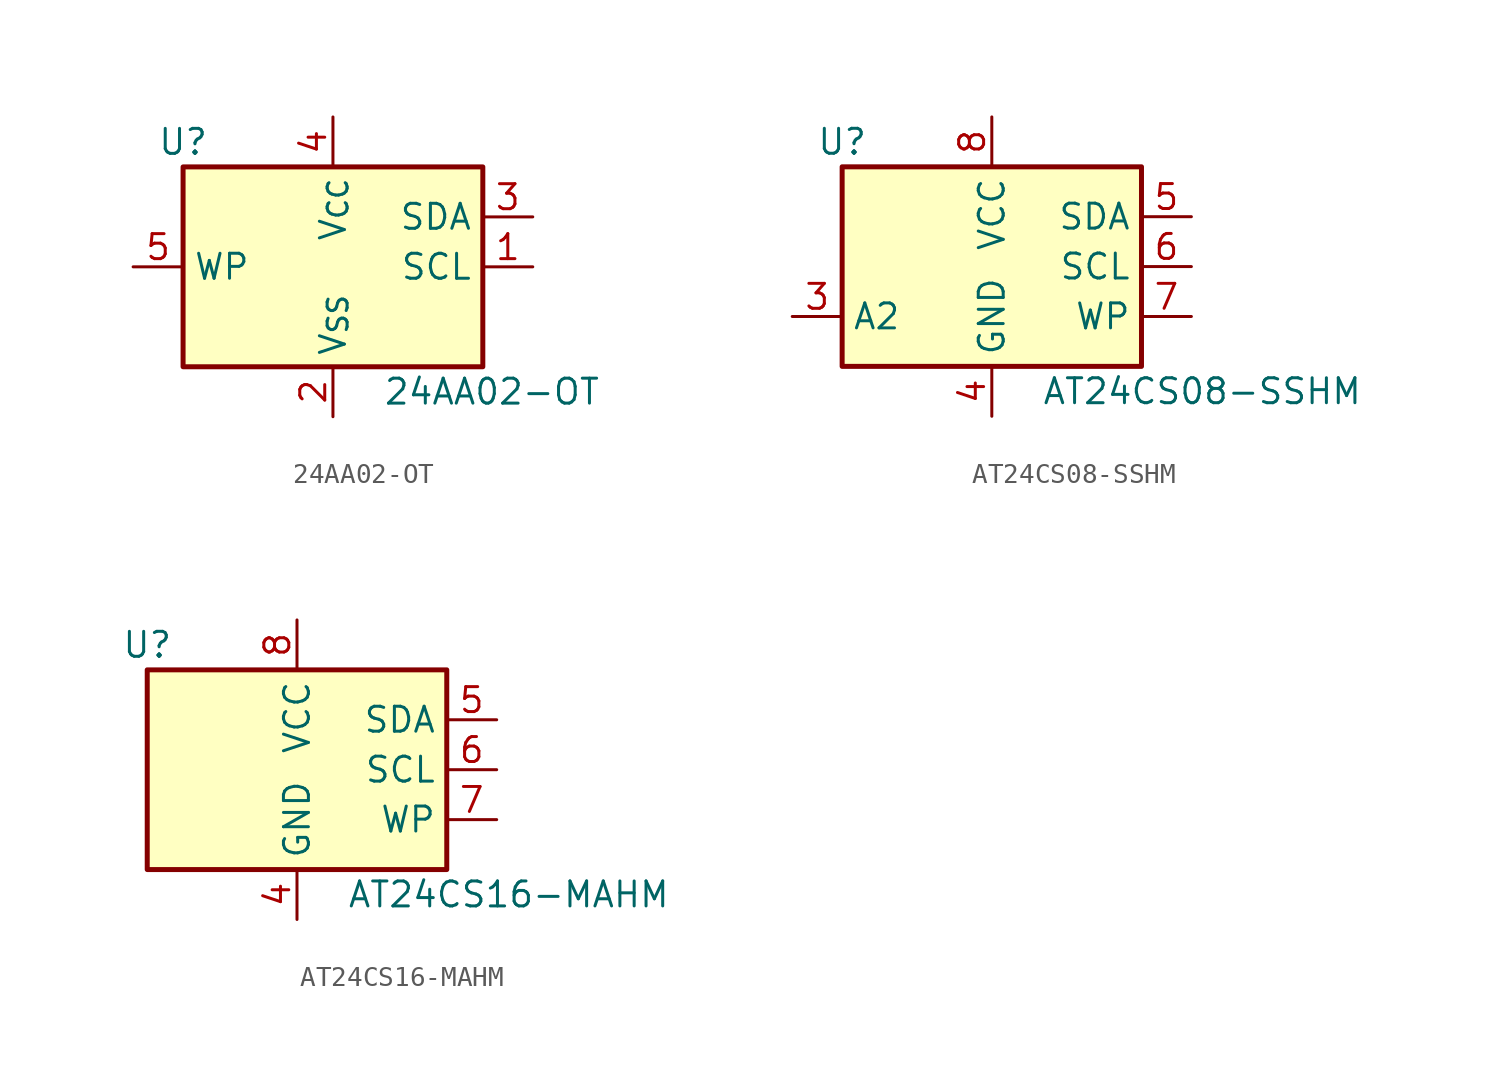
<source format=kicad_sym>
(kicad_symbol_lib
  (version 20211014)
  (generator kicad_symbol_editor)
  (symbol "24AA02-OT"
    (property "Reference" "U"
      (at -7.62 6.35 0)
      (effects (font (size 1.27 1.27))))
    (property "Value" "24AA02-OT"
      (at 2.54 -6.35 0)
      (effects (font (size 1.27 1.27)) (justify left)))
    (symbol "24AA02-OT_1_1"
      (rectangle (start -7.62 5.08) (end 7.62 -5.08) (stroke (width 0.254) (type default) (color 0 0 0 0)) (fill (type background)))
      (pin input line (at 10.16 0 180) (length 2.54) (name "SCL" (effects (font (size 1.27 1.27)))) (number "1" (effects (font (size 1.27 1.27)))))
      (pin power_in line (at 0 -7.62 90) (length 2.54) (name "V_{SS}" (effects (font (size 1.27 1.27)))) (number "2" (effects (font (size 1.27 1.27)))))
      (pin bidirectional line (at 10.16 2.54 180) (length 2.54) (name "SDA" (effects (font (size 1.27 1.27)))) (number "3" (effects (font (size 1.27 1.27)))))
      (pin power_in line (at 0 7.62 270) (length 2.54) (name "V_{CC}" (effects (font (size 1.27 1.27)))) (number "4" (effects (font (size 1.27 1.27)))))
      (pin input line (at -10.16 0 0) (length 2.54) (name "WP" (effects (font (size 1.27 1.27)))) (number "5" (effects (font (size 1.27 1.27)))))))
  (symbol "AT24CS08-SSHM"
    (property "Reference" "U"
      (at -7.62 6.35 0)
      (effects (font (size 1.27 1.27))))
    (property "Value" "AT24CS08-SSHM"
      (at 2.54 -6.35 0)
      (effects (font (size 1.27 1.27)) (justify left)))
    (symbol "AT24CS08-SSHM_1_1"
      (rectangle (start -7.62 5.08) (end 7.62 -5.08) (stroke (width 0.254) (type default) (color 0 0 0 0)) (fill (type background)))
      (pin no_connect line (at -7.62 2.54 0) (length 2.54) hide (name "NC" (effects (font (size 1.27 1.27)))) (number "1" (effects (font (size 1.27 1.27)))))
      (pin no_connect line (at -7.62 0 0) (length 2.54) hide (name "NC" (effects (font (size 1.27 1.27)))) (number "2" (effects (font (size 1.27 1.27)))))
      (pin input line (at -10.16 -2.54 0) (length 2.54) (name "A2" (effects (font (size 1.27 1.27)))) (number "3" (effects (font (size 1.27 1.27)))))
      (pin power_in line (at 0 -7.62 90) (length 2.54) (name "GND" (effects (font (size 1.27 1.27)))) (number "4" (effects (font (size 1.27 1.27)))))
      (pin bidirectional line (at 10.16 2.54 180) (length 2.54) (name "SDA" (effects (font (size 1.27 1.27)))) (number "5" (effects (font (size 1.27 1.27)))))
      (pin input line (at 10.16 0 180) (length 2.54) (name "SCL" (effects (font (size 1.27 1.27)))) (number "6" (effects (font (size 1.27 1.27)))))
      (pin input line (at 10.16 -2.54 180) (length 2.54) (name "WP" (effects (font (size 1.27 1.27)))) (number "7" (effects (font (size 1.27 1.27)))))
      (pin power_in line (at 0 7.62 270) (length 2.54) (name "VCC" (effects (font (size 1.27 1.27)))) (number "8" (effects (font (size 1.27 1.27)))))))
  (symbol "AT24CS16-MAHM"
    (property "Reference" "U"
      (at -7.62 6.35 0)
      (effects (font (size 1.27 1.27))))
    (property "Value" "AT24CS16-MAHM"
      (at 2.54 -6.35 0)
      (effects (font (size 1.27 1.27)) (justify left)))
    (symbol "AT24CS16-MAHM_1_1"
      (rectangle (start -7.62 5.08) (end 7.62 -5.08) (stroke (width 0.254) (type default) (color 0 0 0 0)) (fill (type background)))
      (pin no_connect line (at -7.62 2.54 0) (length 2.54) hide (name "NC" (effects (font (size 1.27 1.27)))) (number "1" (effects (font (size 1.27 1.27)))))
      (pin no_connect line (at -7.62 0 0) (length 2.54) hide (name "NC" (effects (font (size 1.27 1.27)))) (number "2" (effects (font (size 1.27 1.27)))))
      (pin no_connect line (at -7.62 -2.54 0) (length 2.54) hide (name "NC" (effects (font (size 1.27 1.27)))) (number "3" (effects (font (size 1.27 1.27)))))
      (pin power_in line (at 0 -7.62 90) (length 2.54) (name "GND" (effects (font (size 1.27 1.27)))) (number "4" (effects (font (size 1.27 1.27)))))
      (pin bidirectional line (at 10.16 2.54 180) (length 2.54) (name "SDA" (effects (font (size 1.27 1.27)))) (number "5" (effects (font (size 1.27 1.27)))))
      (pin input line (at 10.16 0 180) (length 2.54) (name "SCL" (effects (font (size 1.27 1.27)))) (number "6" (effects (font (size 1.27 1.27)))))
      (pin input line (at 10.16 -2.54 180) (length 2.54) (name "WP" (effects (font (size 1.27 1.27)))) (number "7" (effects (font (size 1.27 1.27)))))
      (pin power_in line (at 0 7.62 270) (length 2.54) (name "VCC" (effects (font (size 1.27 1.27)))) (number "8" (effects (font (size 1.27 1.27)))))
      (pin no_connect line (at -2.54 -5.08 90) (length 2.54) hide (name "NC" (effects (font (size 1.27 1.27)))) (number "9" (effects (font (size 1.27 1.27))))))))
</source>
